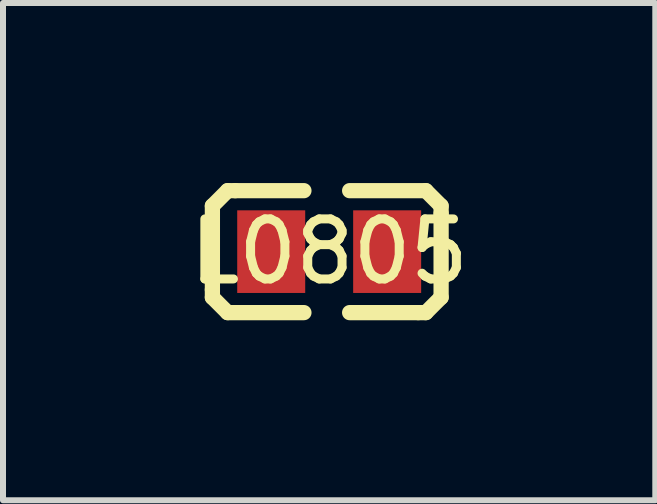
<source format=kicad_pcb>
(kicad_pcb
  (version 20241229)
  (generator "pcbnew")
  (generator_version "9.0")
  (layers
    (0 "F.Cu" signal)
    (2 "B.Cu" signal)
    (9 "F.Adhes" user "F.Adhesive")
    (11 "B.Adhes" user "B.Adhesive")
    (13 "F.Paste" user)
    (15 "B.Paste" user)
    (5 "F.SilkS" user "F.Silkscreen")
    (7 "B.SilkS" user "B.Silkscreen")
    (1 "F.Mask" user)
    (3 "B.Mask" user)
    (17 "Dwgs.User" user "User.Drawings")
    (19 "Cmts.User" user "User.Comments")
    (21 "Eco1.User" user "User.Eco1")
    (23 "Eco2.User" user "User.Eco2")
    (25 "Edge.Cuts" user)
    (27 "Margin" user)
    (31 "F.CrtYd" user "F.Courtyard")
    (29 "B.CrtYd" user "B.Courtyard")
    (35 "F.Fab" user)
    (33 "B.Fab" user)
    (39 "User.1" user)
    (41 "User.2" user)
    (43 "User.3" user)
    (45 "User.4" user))
  (footprint "L0805"
    (layer "F.Cu")
    (at 2.435 1.143)
    (property "Reference" "L0805" (at 0 0 0) (unlocked yes) (layer "F.SilkS") (effects (font (size 1 1) (thickness 0.15))))
    (fp_line (start -1.946 -0.762) (end -1.946 0.635) (stroke (width 0.254) (type default)) (layer "F.SilkS"))
    (fp_line (start -1.946 0.635) (end -1.946 0.762) (stroke (width 0.254) (type default)) (layer "F.SilkS"))
    (fp_line (start -1.946 0.762) (end -1.692 1.016) (stroke (width 0.254) (type default)) (layer "F.SilkS"))
    (fp_line (start -1.692 -1.016) (end -1.946 -0.762) (stroke (width 0.254) (type default)) (layer "F.SilkS"))
    (fp_line (start -1.692 1.016) (end -0.421 1.016) (stroke (width 0.254) (type default)) (layer "F.SilkS"))
    (fp_line (start -1.565 -1.016) (end -1.692 -1.016) (stroke (width 0.254) (type default)) (layer "F.SilkS"))
    (fp_line (start -0.421 -1.016) (end -1.565 -1.016) (stroke (width 0.254) (type default)) (layer "F.SilkS"))
    (fp_line (start 0.341 1.016) (end 1.484 1.016) (stroke (width 0.254) (type default)) (layer "F.SilkS"))
    (fp_line (start 1.484 1.016) (end 1.611 1.016) (stroke (width 0.254) (type default)) (layer "F.SilkS"))
    (fp_line (start 1.611 -1.016) (end 0.341 -1.016) (stroke (width 0.254) (type default)) (layer "F.SilkS"))
    (fp_line (start 1.611 1.016) (end 1.865 0.762) (stroke (width 0.254) (type default)) (layer "F.SilkS"))
    (fp_line (start 1.865 -0.762) (end 1.611 -1.016) (stroke (width 0.254) (type default)) (layer "F.SilkS"))
    (fp_line (start 1.865 -0.635) (end 1.865 -0.762) (stroke (width 0.254) (type default)) (layer "F.SilkS"))
    (fp_line (start 1.865 0.762) (end 1.865 -0.635) (stroke (width 0.254) (type default)) (layer "F.SilkS"))
    (fp_poly (pts (xy -0.36 0.22) (xy -0.36 -0.221) (xy -0.745 -0.689) (xy -1.433 -0.689) (xy -1.532 -0.589) (xy -1.532 0.589) (xy -1.433 0.689) (xy -0.745 0.689)) (stroke (width 0) (type default)) (fill yes) (layer "F.Paste"))
    (fp_poly (pts (xy 0.36 0.22) (xy 0.36 -0.221) (xy 0.745 -0.689) (xy 1.433 -0.689) (xy 1.532 -0.589) (xy 1.532 0.589) (xy 1.433 0.689) (xy 0.745 0.689)) (stroke (width 0) (type default)) (fill yes) (layer "F.Paste"))
    (fp_poly (pts (xy -1 0.637) (xy -1 -0.637) (xy -0.6 -0.637) (xy -0.6 0.637)) (stroke (width 0.1) (type default)) (fill no) (layer "User.1"))
    (fp_poly (pts (xy 1 0.637) (xy 1 -0.637) (xy 0.6 -0.637) (xy 0.6 0.637)) (stroke (width 0.1) (type default)) (fill no) (layer "User.1"))
    (fp_line (start -1 -0.637) (end 1 -0.637) (stroke (width 0.051) (type default)) (layer "User.2"))
    (fp_line (start -1 0.637) (end -1 -0.637) (stroke (width 0.051) (type default)) (layer "User.2"))
    (fp_line (start 1 -0.637) (end 1 0.637) (stroke (width 0.051) (type default)) (layer "User.2"))
    (fp_line (start 1 0.637) (end -1 0.637) (stroke (width 0.051) (type default)) (layer "User.2"))
    (fp_poly (pts (xy -0.94 0.637) (xy -0.958 0.595) (xy -1 0.578) (xy -1.042 0.595) (xy -1.06 0.637) (xy -1.042 0.68) (xy -1 0.698) (xy -0.958 0.68)) (stroke (width 0.1) (type default)) (fill no) (layer "User.3"))
    (pad "1" smd rect (at -0.966 0) (size 1.133 1.377) (layers "F.Cu" "F.Mask" "F.Paste"))
    (pad "2" smd rect (at 0.966 0) (size 1.133 1.377) (layers "F.Cu" "F.Mask" "F.Paste")))
  (gr_rect
    (start -3 -3)
    (end 7.869 5.286)
    (stroke (width 0.1) (type default))
    (fill no)
    (layer "Edge.Cuts")))
</source>
